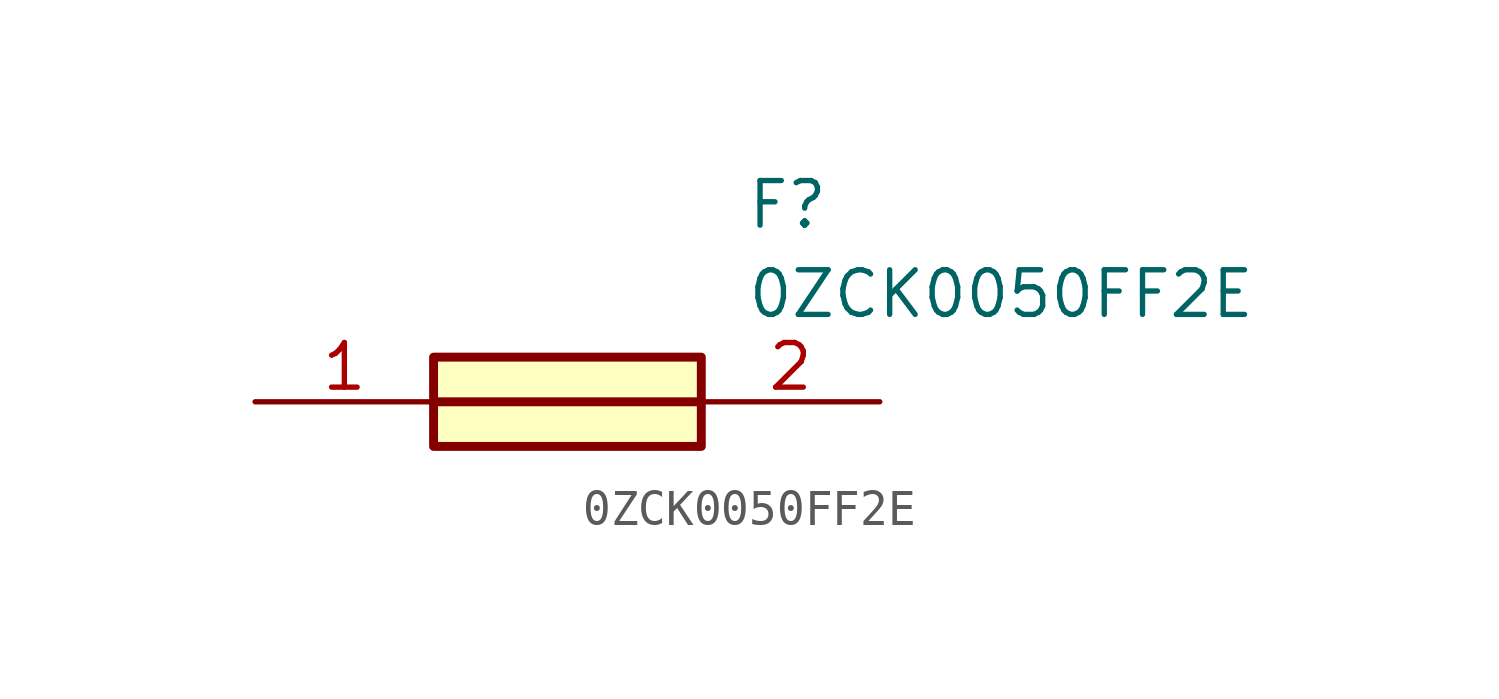
<source format=kicad_sym>
(kicad_symbol_lib
  (version 20211014)
  (generator SamacSys_ECAD_Model)
  (symbol "0ZCK0050FF2E"
    (pin_names hide)
    (property "Reference" "F"
      (at 13.97 6.35 0)
      (effects (font (size 1.27 1.27)) (justify left top)))
    (property "Value" "0ZCK0050FF2E"
      (at 13.97 3.81 0)
      (effects (font (size 1.27 1.27)) (justify left top)))
    (rectangle
      (start 5.08 1.27)
      (end 12.7 -1.27)
      (stroke (width 0.254) (type default))
      (fill (type background)))
    (polyline
      (pts (xy 5.08 0) (xy 12.7 0))
      (stroke (width 0.254) (type default))
      (fill (type none)))
    (pin passive line
      (at 0 0 0)
      (length 5.08)
      (name "1" (effects (font (size 1.27 1.27))))
      (number "1" (effects (font (size 1.27 1.27)))))
    (pin passive line
      (at 17.78 0 180)
      (length 5.08)
      (name "2" (effects (font (size 1.27 1.27))))
      (number "2" (effects (font (size 1.27 1.27)))))))
</source>
